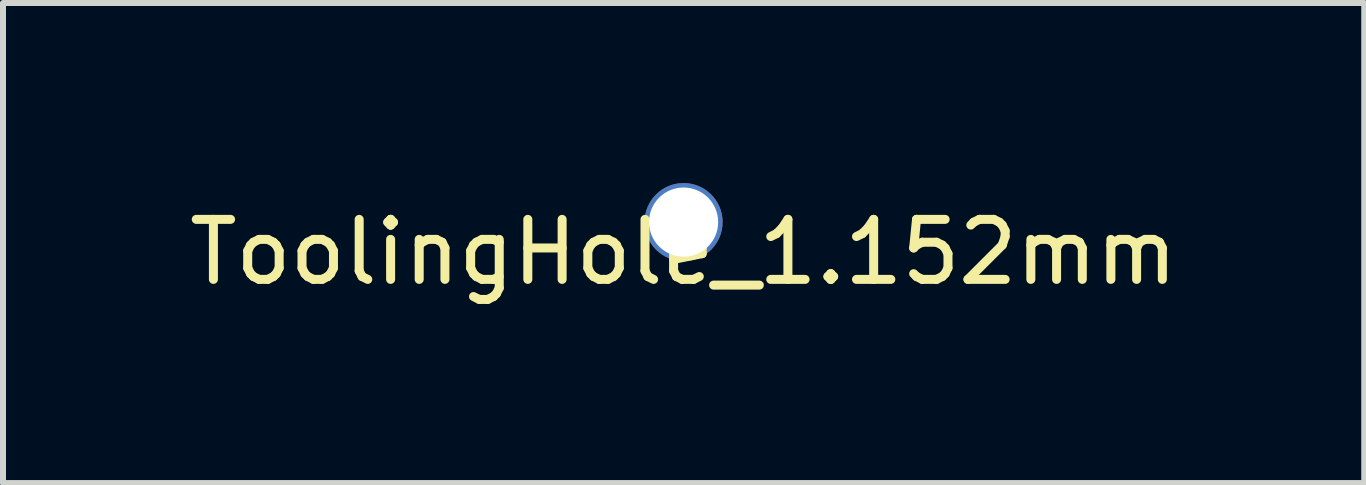
<source format=kicad_pcb>
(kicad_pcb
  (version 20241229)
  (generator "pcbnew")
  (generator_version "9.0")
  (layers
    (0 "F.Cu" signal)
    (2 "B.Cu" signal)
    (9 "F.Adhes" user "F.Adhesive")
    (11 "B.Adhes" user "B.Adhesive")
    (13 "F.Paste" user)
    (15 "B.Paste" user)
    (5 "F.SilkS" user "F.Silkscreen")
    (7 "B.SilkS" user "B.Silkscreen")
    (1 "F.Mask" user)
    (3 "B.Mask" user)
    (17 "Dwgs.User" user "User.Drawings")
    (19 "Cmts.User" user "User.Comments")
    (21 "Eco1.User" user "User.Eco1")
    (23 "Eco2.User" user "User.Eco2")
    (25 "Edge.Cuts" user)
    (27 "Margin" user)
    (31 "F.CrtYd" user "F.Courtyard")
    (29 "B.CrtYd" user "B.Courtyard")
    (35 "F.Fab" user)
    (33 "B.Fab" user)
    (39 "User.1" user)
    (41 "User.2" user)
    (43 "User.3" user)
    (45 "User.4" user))
  (footprint "ToolingHole_1.152mm"
    (layer "F.Cu")
    (at 8.339 0.65)
    (property "Reference" "ToolingHole_1.152mm" (at 0 0.5 0) (layer "F.SilkS") (effects (font (size 1 1) (thickness 0.15))))
    (attr through_hole)
    (pad "" np_thru_hole circle (at 0 0) (size 1.3 1.3) (drill 1.152) (layers "*.Cu" "*.Mask")))
  (gr_rect
    (start -3 -3)
    (end 19.679 4.998)
    (stroke (width 0.1) (type default))
    (fill no)
    (layer "Edge.Cuts")))
</source>
